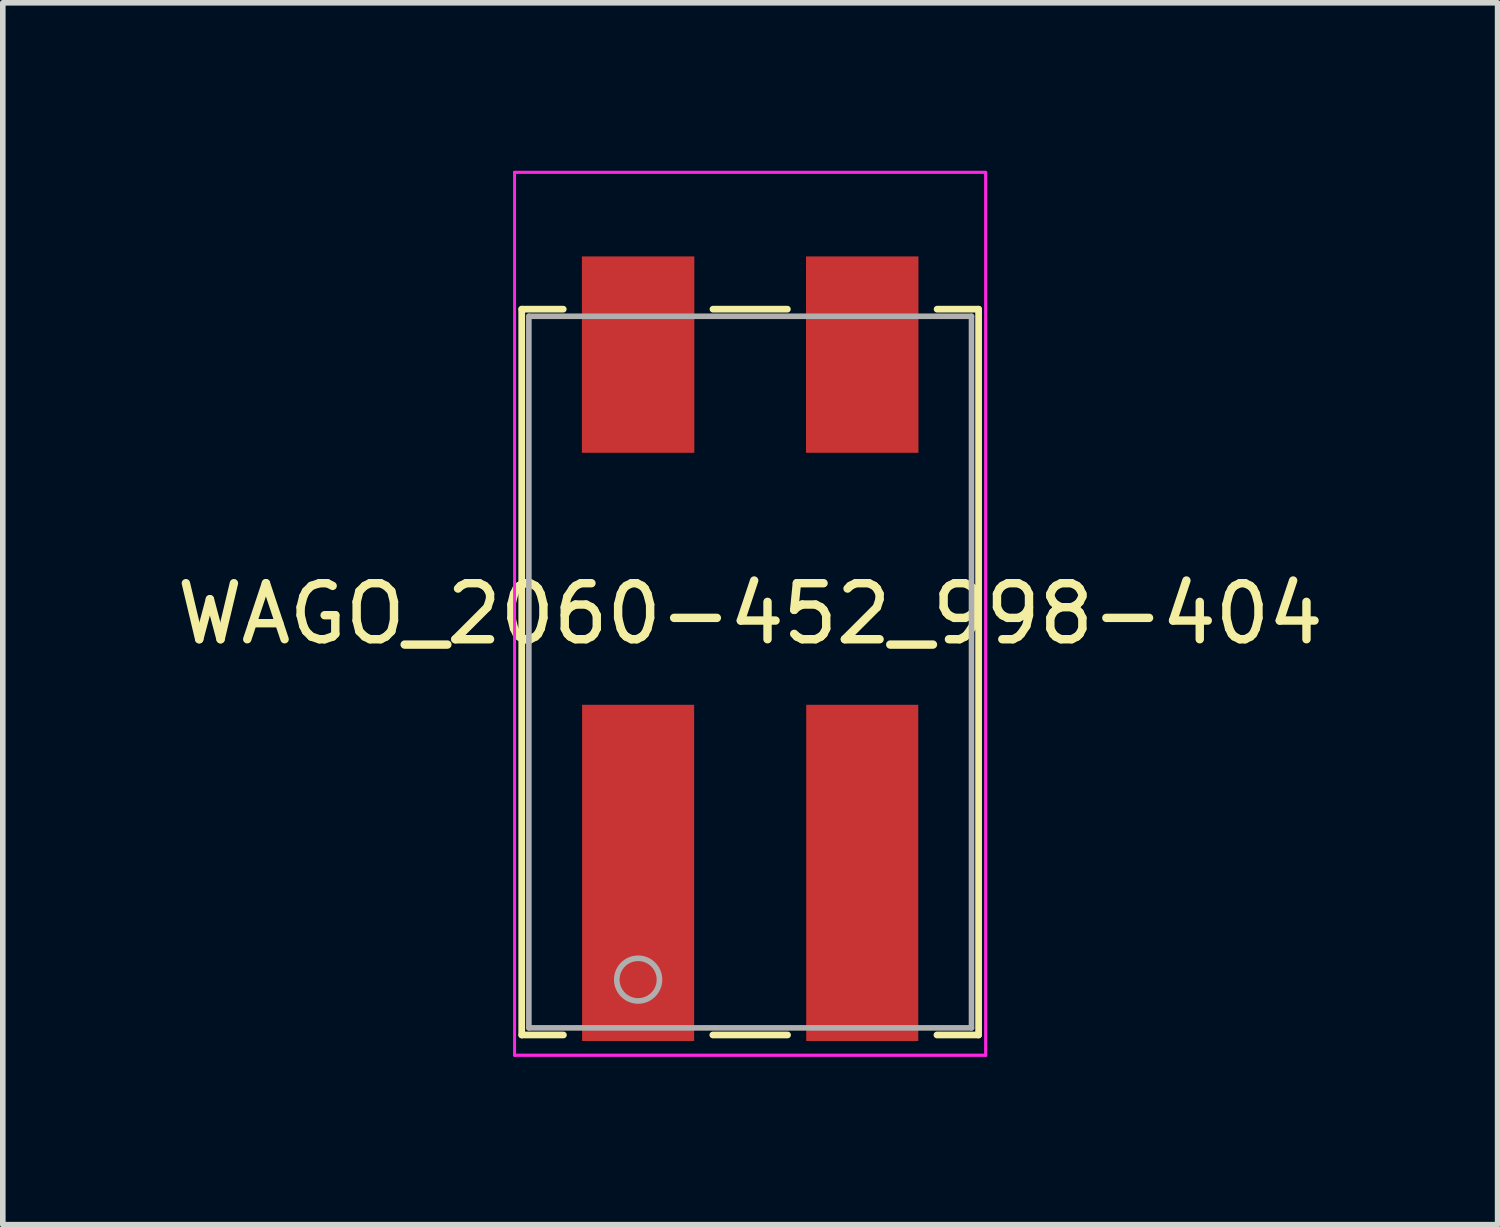
<source format=kicad_pcb>
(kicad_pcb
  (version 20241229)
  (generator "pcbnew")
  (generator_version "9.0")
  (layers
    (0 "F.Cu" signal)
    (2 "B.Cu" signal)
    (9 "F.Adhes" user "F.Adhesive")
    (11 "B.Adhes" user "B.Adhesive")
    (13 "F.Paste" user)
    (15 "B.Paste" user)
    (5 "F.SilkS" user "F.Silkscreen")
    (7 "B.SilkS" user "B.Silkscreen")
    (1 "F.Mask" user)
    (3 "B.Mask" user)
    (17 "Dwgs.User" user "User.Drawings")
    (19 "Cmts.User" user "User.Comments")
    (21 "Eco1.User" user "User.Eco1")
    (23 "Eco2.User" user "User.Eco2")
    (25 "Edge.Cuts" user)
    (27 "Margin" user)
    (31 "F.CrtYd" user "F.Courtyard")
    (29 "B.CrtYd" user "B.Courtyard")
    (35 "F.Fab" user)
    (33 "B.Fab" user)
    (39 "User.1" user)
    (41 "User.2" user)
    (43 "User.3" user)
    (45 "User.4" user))
  (footprint "WAGO_2060-452_998-404"
    (layer "F.Cu")
    (at 10.339 8.945)
    (property "Reference" "WAGO_2060-452_998-404" (at 0 -1.041 0) (layer "F.SilkS") (effects (font (size 1 1) (thickness 0.15))))
    (attr through_hole)
    (fp_line (start -4.077 -6.477) (end -4.077 6.477) (stroke (width 0.12) (type solid)) (layer "F.SilkS"))
    (fp_line (start -4.077 6.477) (end -3.333 6.477) (stroke (width 0.12) (type solid)) (layer "F.SilkS"))
    (fp_line (start -3.336 -6.477) (end -4.077 -6.477) (stroke (width 0.12) (type solid)) (layer "F.SilkS"))
    (fp_line (start -0.667 6.477) (end 0.667 6.477) (stroke (width 0.12) (type solid)) (layer "F.SilkS"))
    (fp_line (start 0.664 -6.477) (end -0.664 -6.477) (stroke (width 0.12) (type solid)) (layer "F.SilkS"))
    (fp_line (start 3.333 6.477) (end 4.077 6.477) (stroke (width 0.12) (type solid)) (layer "F.SilkS"))
    (fp_line (start 4.077 -6.477) (end 3.336 -6.477) (stroke (width 0.12) (type solid)) (layer "F.SilkS"))
    (fp_line (start 4.077 6.477) (end 4.077 -6.477) (stroke (width 0.12) (type solid)) (layer "F.SilkS"))
    (fp_line (start -4.204 -8.92) (end -4.204 6.838) (stroke (width 0.05) (type solid)) (layer "F.CrtYd"))
    (fp_line (start -4.204 -8.92) (end -4.204 6.838) (stroke (width 0.05) (type solid)) (layer "F.CrtYd"))
    (fp_line (start -4.204 6.838) (end 4.204 6.838) (stroke (width 0.05) (type solid)) (layer "F.CrtYd"))
    (fp_line (start -4.204 6.838) (end 4.204 6.838) (stroke (width 0.05) (type solid)) (layer "F.CrtYd"))
    (fp_line (start 4.204 -8.92) (end -4.204 -8.92) (stroke (width 0.05) (type solid)) (layer "F.CrtYd"))
    (fp_line (start 4.204 -8.92) (end -4.204 -8.92) (stroke (width 0.05) (type solid)) (layer "F.CrtYd"))
    (fp_line (start 4.204 6.838) (end 4.204 -8.92) (stroke (width 0.05) (type solid)) (layer "F.CrtYd"))
    (fp_line (start 4.204 6.838) (end 4.204 -8.92) (stroke (width 0.05) (type solid)) (layer "F.CrtYd"))
    (fp_line (start -3.95 -6.35) (end -3.95 6.35) (stroke (width 0.1) (type solid)) (layer "F.Fab"))
    (fp_line (start -3.95 6.35) (end 3.95 6.35) (stroke (width 0.1) (type solid)) (layer "F.Fab"))
    (fp_line (start 3.95 -6.35) (end -3.95 -6.35) (stroke (width 0.1) (type solid)) (layer "F.Fab"))
    (fp_line (start 3.95 6.35) (end 3.95 -6.35) (stroke (width 0.1) (type solid)) (layer "F.Fab"))
    (fp_circle (center -2 5.489) (end -1.619 5.489) (stroke (width 0.1) (type solid)) (fill no) (layer "F.Fab"))
    (pad "1" smd rect (at -2 3.584) (size 2 6) (layers "F.Cu" "F.Mask" "F.Paste"))
    (pad "2" smd rect (at 2 3.584) (size 2 6) (layers "F.Cu" "F.Mask" "F.Paste"))
    (pad "3" smd rect (at -2 -5.666) (size 2.007 3.505) (layers "F.Cu" "F.Mask" "F.Paste"))
    (pad "4" smd rect (at 2 -5.666) (size 2.007 3.505) (layers "F.Cu" "F.Mask" "F.Paste")))
  (gr_rect
    (start -3 -3)
    (end 23.679 18.808)
    (stroke (width 0.1) (type default))
    (fill no)
    (layer "Edge.Cuts")))
</source>
